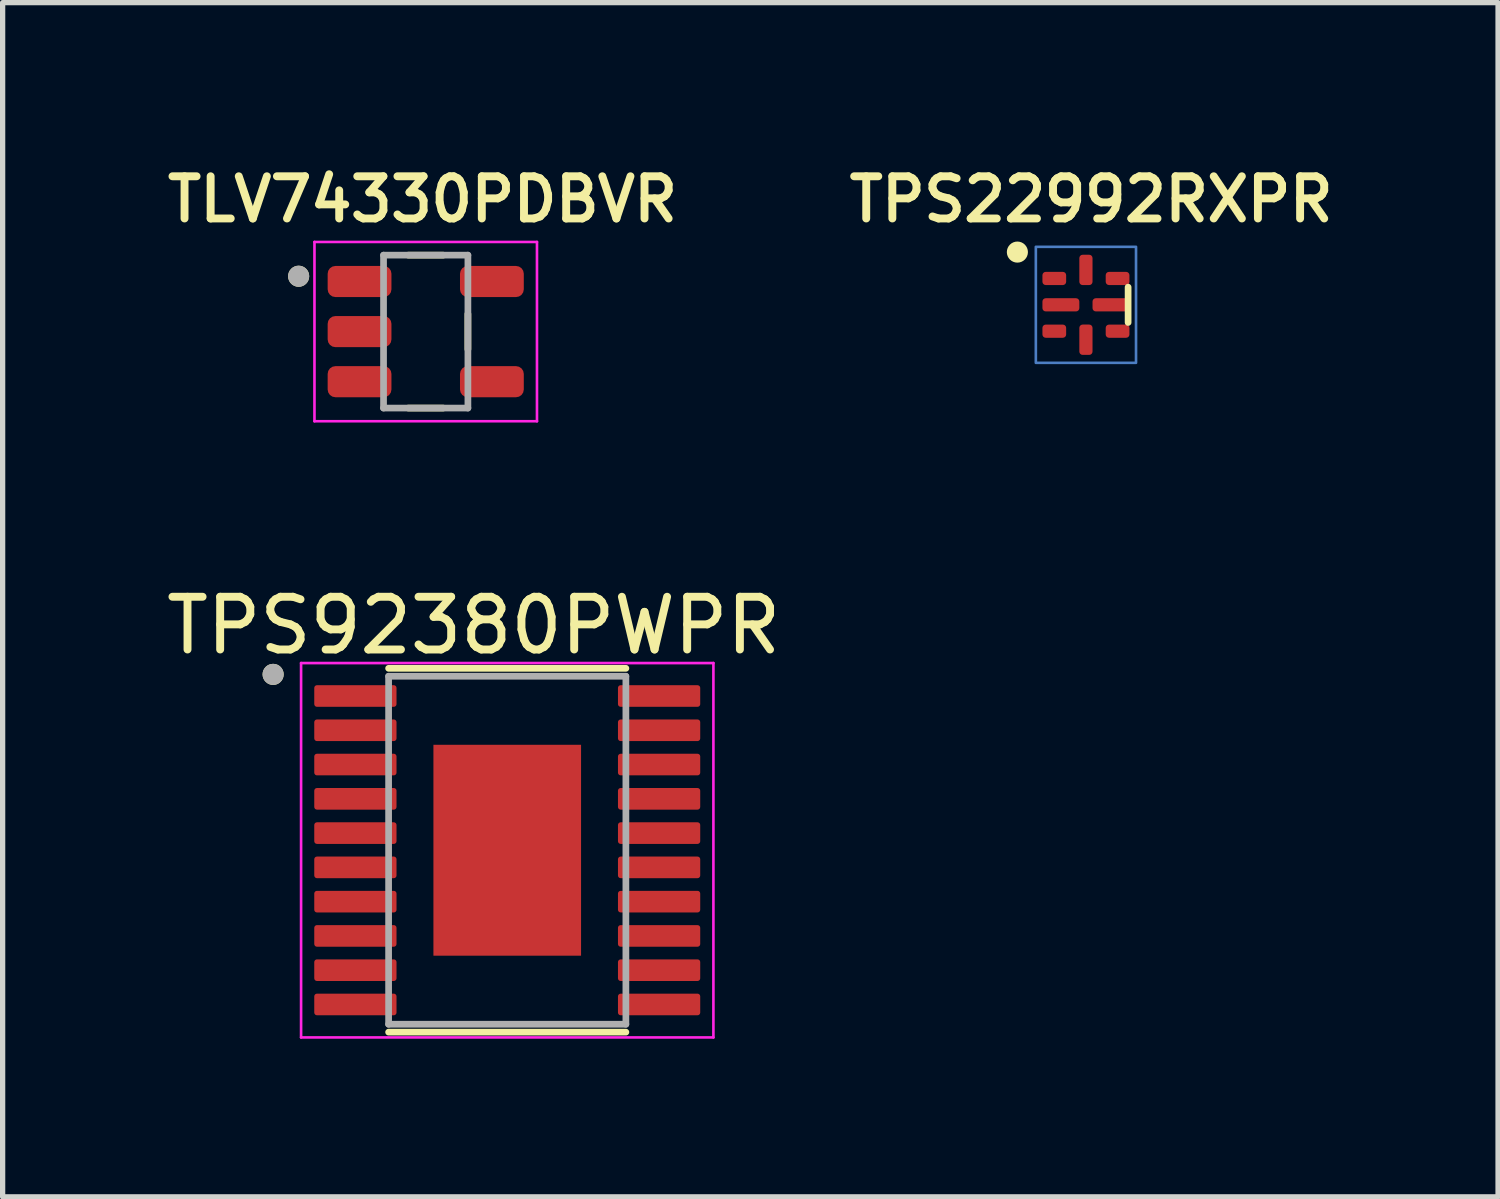
<source format=kicad_pcb>
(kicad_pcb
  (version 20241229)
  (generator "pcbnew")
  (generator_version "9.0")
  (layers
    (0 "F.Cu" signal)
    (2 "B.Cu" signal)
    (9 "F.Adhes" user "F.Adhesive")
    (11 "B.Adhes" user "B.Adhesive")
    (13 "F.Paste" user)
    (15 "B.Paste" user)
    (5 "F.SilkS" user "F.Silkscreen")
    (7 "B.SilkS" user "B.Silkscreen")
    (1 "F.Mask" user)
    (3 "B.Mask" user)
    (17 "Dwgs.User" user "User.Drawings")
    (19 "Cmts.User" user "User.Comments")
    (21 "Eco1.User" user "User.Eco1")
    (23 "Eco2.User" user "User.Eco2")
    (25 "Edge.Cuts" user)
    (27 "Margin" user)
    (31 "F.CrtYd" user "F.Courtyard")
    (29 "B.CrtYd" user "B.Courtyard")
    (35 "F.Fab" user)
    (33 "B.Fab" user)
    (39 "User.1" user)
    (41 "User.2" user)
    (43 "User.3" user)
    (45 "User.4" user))
  (footprint "TLV74330PDBVR"
    (layer "F.Cu")
    (at 5.024 3.239)
    (property "Reference" "TLV74330PDBVR" (at -0.06 -2.508 0) (layer "F.SilkS") (effects (font (size 0.8 0.8) (thickness 0.15))))
    (attr smd)
    (fp_line (start -0.33 -1.45) (end 0.33 -1.45) (stroke (width 0.127) (type solid)) (layer "F.SilkS"))
    (fp_line (start 0.33 1.45) (end -0.33 1.45) (stroke (width 0.127) (type solid)) (layer "F.SilkS"))
    (fp_line (start 0.8 -0.335) (end 0.8 0.335) (stroke (width 0.127) (type solid)) (layer "F.SilkS"))
    (fp_circle (center -2.41 -1.05) (end -2.31 -1.05) (stroke (width 0.2) (type solid)) (fill no) (layer "F.SilkS"))
    (fp_line (start -2.11 -1.7) (end 2.11 -1.7) (stroke (width 0.05) (type solid)) (layer "F.CrtYd"))
    (fp_line (start -2.11 1.7) (end -2.11 -1.7) (stroke (width 0.05) (type solid)) (layer "F.CrtYd"))
    (fp_line (start 2.11 -1.7) (end 2.11 1.7) (stroke (width 0.05) (type solid)) (layer "F.CrtYd"))
    (fp_line (start 2.11 1.7) (end -2.11 1.7) (stroke (width 0.05) (type solid)) (layer "F.CrtYd"))
    (fp_line (start -0.8 -1.45) (end 0.8 -1.45) (stroke (width 0.127) (type solid)) (layer "F.Fab"))
    (fp_line (start -0.8 1.45) (end -0.8 -1.45) (stroke (width 0.127) (type solid)) (layer "F.Fab"))
    (fp_line (start 0.8 -1.45) (end 0.8 1.45) (stroke (width 0.127) (type solid)) (layer "F.Fab"))
    (fp_line (start 0.8 1.45) (end -0.8 1.45) (stroke (width 0.127) (type solid)) (layer "F.Fab"))
    (fp_circle (center -2.41 -1.05) (end -2.31 -1.05) (stroke (width 0.2) (type solid)) (fill no) (layer "F.Fab"))
    (pad "1" smd roundrect (at -1.255 -0.95) (size 1.21 0.59) (layers "F.Cu" "F.Mask" "F.Paste") (roundrect_rratio 0.25))
    (pad "2" smd roundrect (at -1.255 0) (size 1.21 0.59) (layers "F.Cu" "F.Mask" "F.Paste") (roundrect_rratio 0.25))
    (pad "3" smd roundrect (at -1.255 0.95) (size 1.21 0.59) (layers "F.Cu" "F.Mask" "F.Paste") (roundrect_rratio 0.25))
    (pad "4" smd roundrect (at 1.255 0.95) (size 1.21 0.59) (layers "F.Cu" "F.Mask" "F.Paste") (roundrect_rratio 0.25))
    (pad "5" smd roundrect (at 1.255 -0.95) (size 1.21 0.59) (layers "F.Cu" "F.Mask" "F.Paste") (roundrect_rratio 0.25)))
  (footprint "TPS22992RXPR"
    (layer "F.Cu")
    (at 17.545 2.731)
    (property "Reference" "TPS22992RXPR" (at 0.1 -2 0) (layer "F.SilkS") (effects (font (size 0.8 0.8) (thickness 0.15))))
    (attr smd)
    (fp_rect (start -0.95 -1.1) (end 0.95 1.1) (stroke (width 0.05) (type default)) (fill no) (layer "B.Cu"))
    (fp_line (start 0.8 -0.335) (end 0.8 0.335) (stroke (width 0.127) (type solid)) (layer "F.SilkS"))
    (fp_circle (center -1.3 -1) (end -1.2 -1) (stroke (width 0.2) (type solid)) (fill no) (layer "F.SilkS"))
    (pad "1" smd roundrect (at -0.6 -0.5) (size 0.45 0.25) (layers "F.Cu" "F.Mask" "F.Paste") (roundrect_rratio 0.25))
    (pad "2" smd roundrect (at -0.475 0) (size 0.7 0.25) (layers "F.Cu" "F.Mask" "F.Paste") (roundrect_rratio 0.25))
    (pad "3" smd roundrect (at -0.6 0.5) (size 0.45 0.25) (layers "F.Cu" "F.Mask" "F.Paste") (roundrect_rratio 0.25))
    (pad "4" smd roundrect (at 0 0.662) (size 0.25 0.575) (layers "F.Cu" "F.Mask" "F.Paste") (roundrect_rratio 0.25))
    (pad "5" smd roundrect (at 0.6 0.5) (size 0.45 0.25) (layers "F.Cu" "F.Mask" "F.Paste") (roundrect_rratio 0.25))
    (pad "6" smd roundrect (at 0.475 0) (size 0.7 0.25) (layers "F.Cu" "F.Mask" "F.Paste") (roundrect_rratio 0.25))
    (pad "7" smd roundrect (at 0.6 -0.5) (size 0.45 0.25) (layers "F.Cu" "F.Mask" "F.Paste") (roundrect_rratio 0.25))
    (pad "8" smd roundrect (at 0 -0.662) (size 0.25 0.575) (layers "F.Cu" "F.Mask" "F.Paste") (roundrect_rratio 0.25)))
  (footprint "TPS92380PWPR"
    (layer "F.Cu")
    (at 6.57 13.075)
    (property "Reference" "TPS92380PWPR" (at -0.635 -4.262 0) (layer "F.SilkS") (effects (font (size 1 1) (thickness 0.15))))
    (attr smd)
    (fp_line (start -2.25 -3.45) (end 2.25 -3.45) (stroke (width 0.127) (type solid)) (layer "F.SilkS"))
    (fp_line (start -2.25 3.45) (end 2.25 3.45) (stroke (width 0.127) (type solid)) (layer "F.SilkS"))
    (fp_circle (center -4.44 -3.335) (end -4.34 -3.335) (stroke (width 0.2) (type solid)) (fill no) (layer "F.SilkS"))
    (fp_poly (pts (xy -0.7 -1) (xy 0.7 -1) (xy 0.7 1) (xy -0.7 1)) (stroke (width 0.01) (type solid)) (fill yes) (layer "F.Paste"))
    (fp_line (start -3.91 -3.55) (end -3.91 3.55) (stroke (width 0.05) (type solid)) (layer "F.CrtYd"))
    (fp_line (start -3.91 -3.55) (end 3.91 -3.55) (stroke (width 0.05) (type solid)) (layer "F.CrtYd"))
    (fp_line (start -3.91 3.55) (end 3.91 3.55) (stroke (width 0.05) (type solid)) (layer "F.CrtYd"))
    (fp_line (start 3.91 -3.55) (end 3.91 3.55) (stroke (width 0.05) (type solid)) (layer "F.CrtYd"))
    (fp_line (start -2.25 -3.3) (end -2.25 3.3) (stroke (width 0.127) (type solid)) (layer "F.Fab"))
    (fp_line (start -2.25 -3.3) (end 2.25 -3.3) (stroke (width 0.127) (type solid)) (layer "F.Fab"))
    (fp_line (start -2.25 3.3) (end 2.25 3.3) (stroke (width 0.127) (type solid)) (layer "F.Fab"))
    (fp_line (start 2.25 -3.3) (end 2.25 3.3) (stroke (width 0.127) (type solid)) (layer "F.Fab"))
    (fp_circle (center -4.44 -3.335) (end -4.34 -3.335) (stroke (width 0.2) (type solid)) (fill no) (layer "F.Fab"))
    (pad "1" smd roundrect (at -2.88 -2.925) (size 1.56 0.41) (layers "F.Cu" "F.Mask" "F.Paste") (roundrect_rratio 0.125))
    (pad "2" smd roundrect (at -2.88 -2.275) (size 1.56 0.41) (layers "F.Cu" "F.Mask" "F.Paste") (roundrect_rratio 0.125))
    (pad "3" smd roundrect (at -2.88 -1.625) (size 1.56 0.41) (layers "F.Cu" "F.Mask" "F.Paste") (roundrect_rratio 0.125))
    (pad "4" smd roundrect (at -2.88 -0.975) (size 1.56 0.41) (layers "F.Cu" "F.Mask" "F.Paste") (roundrect_rratio 0.125))
    (pad "5" smd roundrect (at -2.88 -0.325) (size 1.56 0.41) (layers "F.Cu" "F.Mask" "F.Paste") (roundrect_rratio 0.125))
    (pad "6" smd roundrect (at -2.88 0.325) (size 1.56 0.41) (layers "F.Cu" "F.Mask" "F.Paste") (roundrect_rratio 0.125))
    (pad "7" smd roundrect (at -2.88 0.975) (size 1.56 0.41) (layers "F.Cu" "F.Mask" "F.Paste") (roundrect_rratio 0.125))
    (pad "8" smd roundrect (at -2.88 1.625) (size 1.56 0.41) (layers "F.Cu" "F.Mask" "F.Paste") (roundrect_rratio 0.125))
    (pad "9" smd roundrect (at -2.88 2.275) (size 1.56 0.41) (layers "F.Cu" "F.Mask" "F.Paste") (roundrect_rratio 0.125))
    (pad "10" smd roundrect (at -2.88 2.925) (size 1.56 0.41) (layers "F.Cu" "F.Mask" "F.Paste") (roundrect_rratio 0.125))
    (pad "11" smd roundrect (at 2.88 2.925) (size 1.56 0.41) (layers "F.Cu" "F.Mask" "F.Paste") (roundrect_rratio 0.125))
    (pad "12" smd roundrect (at 2.88 2.275) (size 1.56 0.41) (layers "F.Cu" "F.Mask" "F.Paste") (roundrect_rratio 0.125))
    (pad "13" smd roundrect (at 2.88 1.625) (size 1.56 0.41) (layers "F.Cu" "F.Mask" "F.Paste") (roundrect_rratio 0.125))
    (pad "14" smd roundrect (at 2.88 0.975) (size 1.56 0.41) (layers "F.Cu" "F.Mask" "F.Paste") (roundrect_rratio 0.125))
    (pad "15" smd roundrect (at 2.88 0.325) (size 1.56 0.41) (layers "F.Cu" "F.Mask" "F.Paste") (roundrect_rratio 0.125))
    (pad "16" smd roundrect (at 2.88 -0.325) (size 1.56 0.41) (layers "F.Cu" "F.Mask" "F.Paste") (roundrect_rratio 0.125))
    (pad "17" smd roundrect (at 2.88 -0.975) (size 1.56 0.41) (layers "F.Cu" "F.Mask" "F.Paste") (roundrect_rratio 0.125))
    (pad "18" smd roundrect (at 2.88 -1.625) (size 1.56 0.41) (layers "F.Cu" "F.Mask" "F.Paste") (roundrect_rratio 0.125))
    (pad "19" smd roundrect (at 2.88 -2.275) (size 1.56 0.41) (layers "F.Cu" "F.Mask" "F.Paste") (roundrect_rratio 0.125))
    (pad "20" smd roundrect (at 2.88 -2.925) (size 1.56 0.41) (layers "F.Cu" "F.Mask" "F.Paste") (roundrect_rratio 0.125))
    (pad "21" smd rect (at 0 0) (size 2.8 4) (layers "F.Cu" "F.Mask")))
  (gr_rect
    (start -3 -3)
    (end 25.361 19.649)
    (stroke (width 0.1) (type default))
    (fill no)
    (layer "Edge.Cuts")))
</source>
